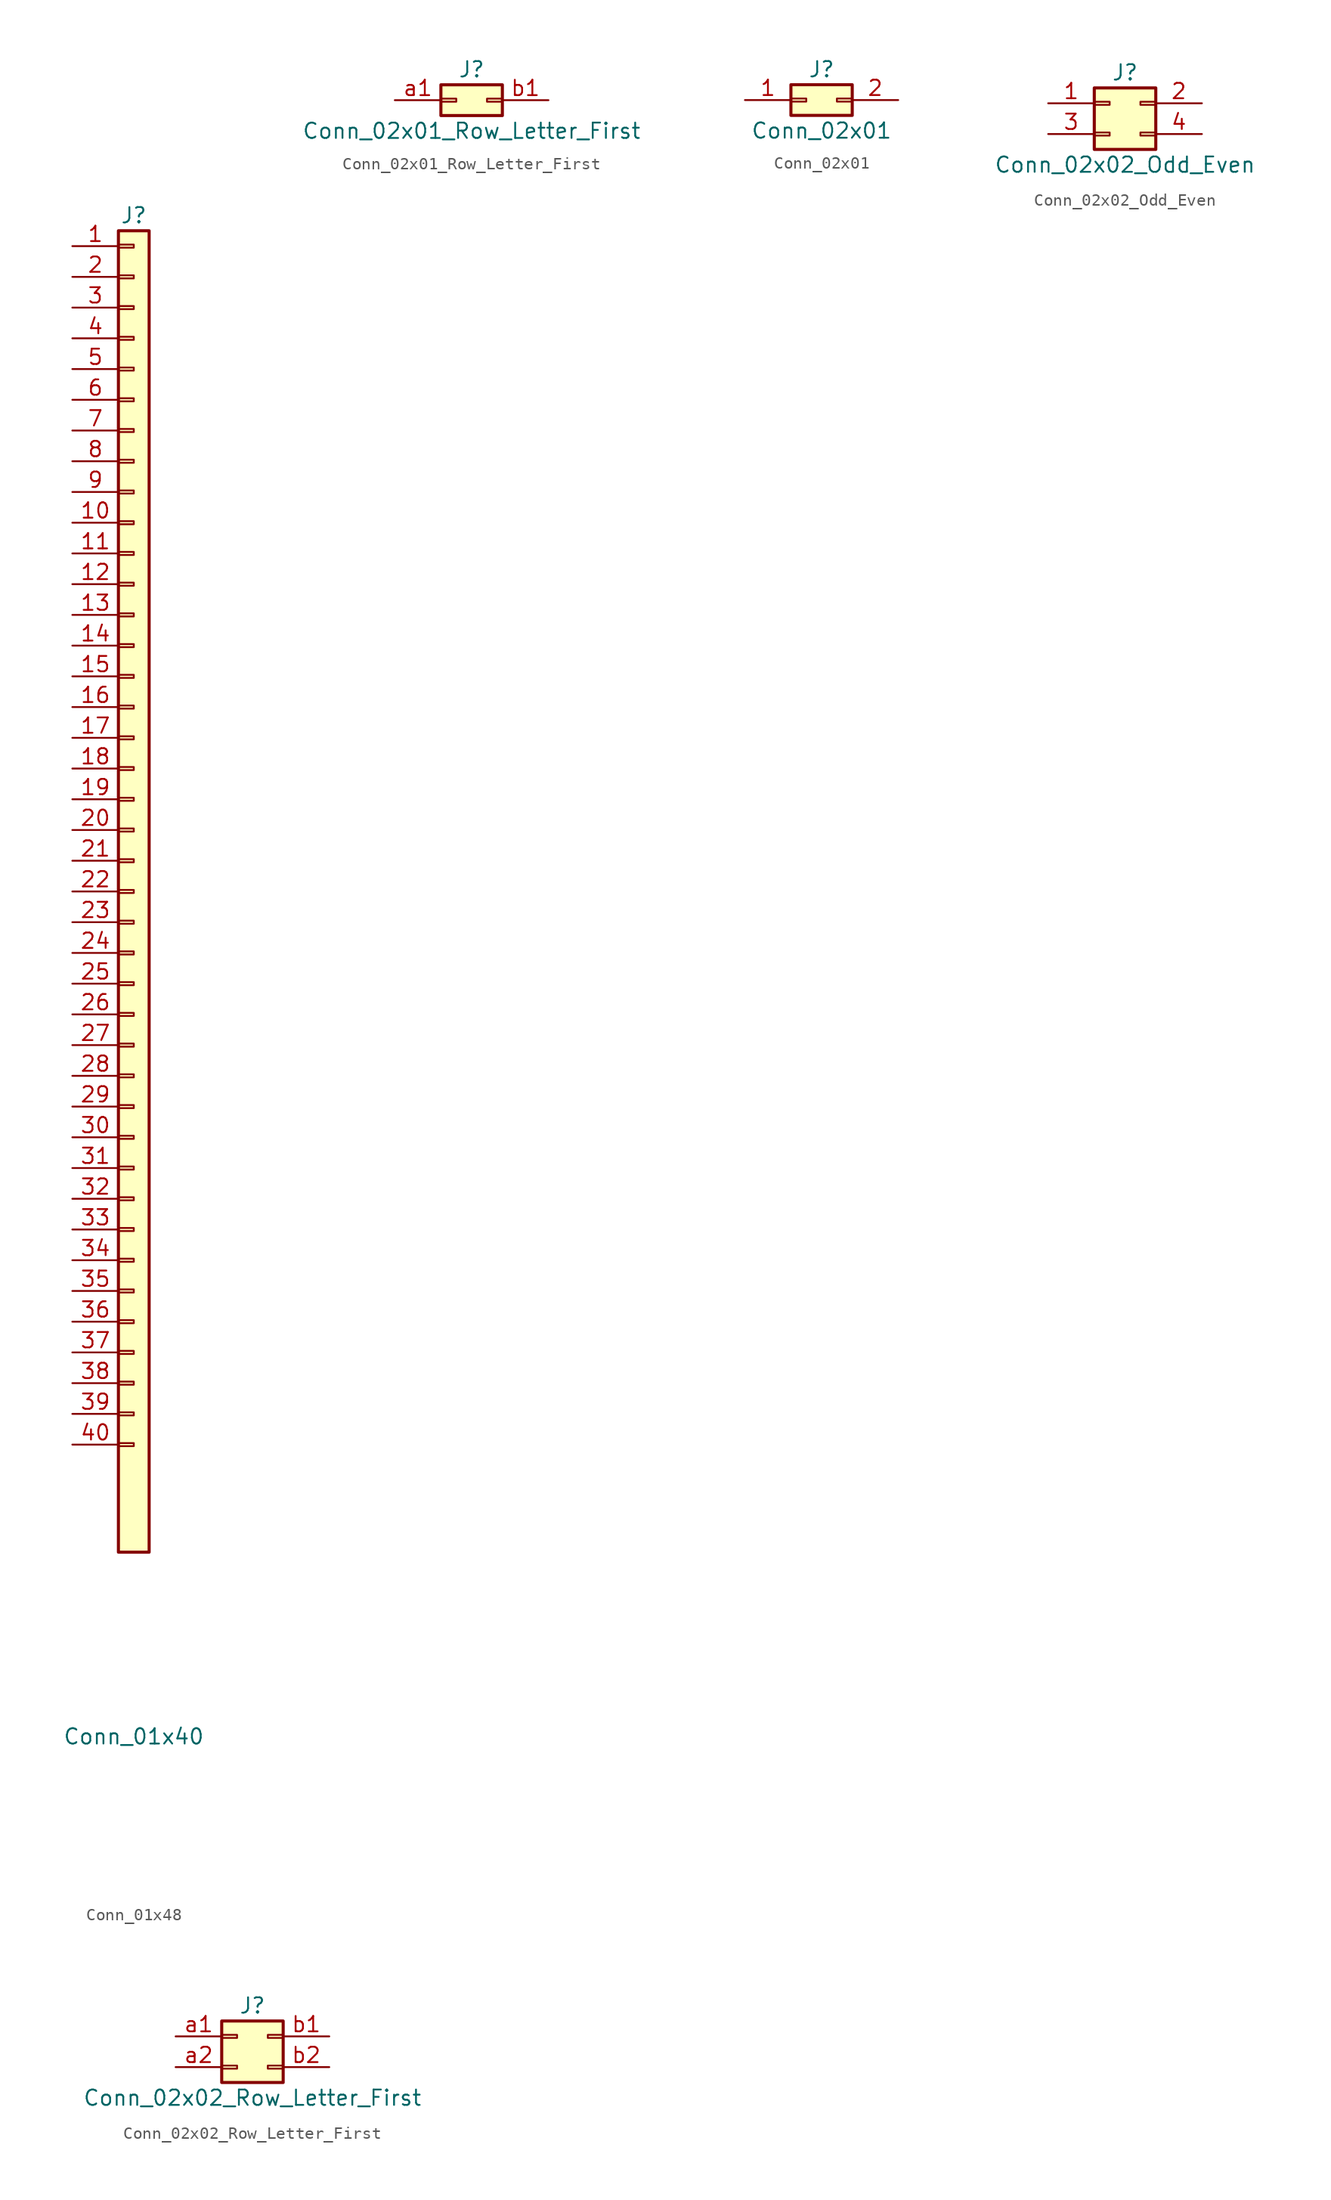
<source format=kicad_sym>
(kicad_symbol_lib
  (version 20220914)
  (generator kicad_symbol_editor)
  (symbol "Conn_01x48"
    (pin_names
      (offset 1.016) hide)
    (property "Reference" "J"
      (at 0 50.8 0)
      (effects (font (size 1.27 1.27))))
    (property "Value" "Conn_01x40"
      (at 0 -74.93 0)
      (effects (font (size 1.27 1.27))))
    (symbol "Conn_01x48_1_1"
      (rectangle (start -1.27 -50.673) (end 0 -50.927) (stroke (width 0.152) (type default)) (fill (type none)))
      (rectangle (start -1.27 -48.133) (end 0 -48.387) (stroke (width 0.152) (type default)) (fill (type none)))
      (rectangle (start -1.27 -45.593) (end 0 -45.847) (stroke (width 0.152) (type default)) (fill (type none)))
      (rectangle (start -1.27 -43.053) (end 0 -43.307) (stroke (width 0.152) (type default)) (fill (type none)))
      (rectangle (start -1.27 -40.513) (end 0 -40.767) (stroke (width 0.152) (type default)) (fill (type none)))
      (rectangle (start -1.27 -37.973) (end 0 -38.227) (stroke (width 0.152) (type default)) (fill (type none)))
      (rectangle (start -1.27 -35.433) (end 0 -35.687) (stroke (width 0.152) (type default)) (fill (type none)))
      (rectangle (start -1.27 -32.893) (end 0 -33.147) (stroke (width 0.152) (type default)) (fill (type none)))
      (rectangle (start -1.27 -30.353) (end 0 -30.607) (stroke (width 0.152) (type default)) (fill (type none)))
      (rectangle (start -1.27 -27.813) (end 0 -28.067) (stroke (width 0.152) (type default)) (fill (type none)))
      (rectangle (start -1.27 -25.273) (end 0 -25.527) (stroke (width 0.152) (type default)) (fill (type none)))
      (rectangle (start -1.27 -22.733) (end 0 -22.987) (stroke (width 0.152) (type default)) (fill (type none)))
      (rectangle (start -1.27 -20.193) (end 0 -20.447) (stroke (width 0.152) (type default)) (fill (type none)))
      (rectangle (start -1.27 -17.653) (end 0 -17.907) (stroke (width 0.152) (type default)) (fill (type none)))
      (rectangle (start -1.27 -15.113) (end 0 -15.367) (stroke (width 0.152) (type default)) (fill (type none)))
      (rectangle (start -1.27 -12.573) (end 0 -12.827) (stroke (width 0.152) (type default)) (fill (type none)))
      (rectangle (start -1.27 -10.033) (end 0 -10.287) (stroke (width 0.152) (type default)) (fill (type none)))
      (rectangle (start -1.27 -7.493) (end 0 -7.747) (stroke (width 0.152) (type default)) (fill (type none)))
      (rectangle (start -1.27 -4.953) (end 0 -5.207) (stroke (width 0.152) (type default)) (fill (type none)))
      (rectangle (start -1.27 -2.413) (end 0 -2.667) (stroke (width 0.152) (type default)) (fill (type none)))
      (rectangle (start -1.27 0.127) (end 0 -0.127) (stroke (width 0.152) (type default)) (fill (type none)))
      (rectangle (start -1.27 2.667) (end 0 2.413) (stroke (width 0.152) (type default)) (fill (type none)))
      (rectangle (start -1.27 5.207) (end 0 4.953) (stroke (width 0.152) (type default)) (fill (type none)))
      (rectangle (start -1.27 7.747) (end 0 7.493) (stroke (width 0.152) (type default)) (fill (type none)))
      (rectangle (start -1.27 10.287) (end 0 10.033) (stroke (width 0.152) (type default)) (fill (type none)))
      (rectangle (start -1.27 12.827) (end 0 12.573) (stroke (width 0.152) (type default)) (fill (type none)))
      (rectangle (start -1.27 15.367) (end 0 15.113) (stroke (width 0.152) (type default)) (fill (type none)))
      (rectangle (start -1.27 17.907) (end 0 17.653) (stroke (width 0.152) (type default)) (fill (type none)))
      (rectangle (start -1.27 20.447) (end 0 20.193) (stroke (width 0.152) (type default)) (fill (type none)))
      (rectangle (start -1.27 22.987) (end 0 22.733) (stroke (width 0.152) (type default)) (fill (type none)))
      (rectangle (start -1.27 25.527) (end 0 25.273) (stroke (width 0.152) (type default)) (fill (type none)))
      (rectangle (start -1.27 28.067) (end 0 27.813) (stroke (width 0.152) (type default)) (fill (type none)))
      (rectangle (start -1.27 30.607) (end 0 30.353) (stroke (width 0.152) (type default)) (fill (type none)))
      (rectangle (start -1.27 33.147) (end 0 32.893) (stroke (width 0.152) (type default)) (fill (type none)))
      (rectangle (start -1.27 35.687) (end 0 35.433) (stroke (width 0.152) (type default)) (fill (type none)))
      (rectangle (start -1.27 38.227) (end 0 37.973) (stroke (width 0.152) (type default)) (fill (type none)))
      (rectangle (start -1.27 40.767) (end 0 40.513) (stroke (width 0.152) (type default)) (fill (type none)))
      (rectangle (start -1.27 43.307) (end 0 43.053) (stroke (width 0.152) (type default)) (fill (type none)))
      (rectangle (start -1.27 45.847) (end 0 45.593) (stroke (width 0.152) (type default)) (fill (type none)))
      (rectangle (start -1.27 48.387) (end 0 48.133) (stroke (width 0.152) (type default)) (fill (type none)))
      (rectangle (start -1.27 49.53) (end 1.27 -59.69) (stroke (width 0.254) (type default)) (fill (type background)))
      (pin passive line (at -5.08 48.26 0) (length 3.81) (name "Pin_1" (effects (font (size 1.27 1.27)))) (number "1" (effects (font (size 1.27 1.27)))))
      (pin passive line (at -5.08 25.4 0) (length 3.81) (name "Pin_10" (effects (font (size 1.27 1.27)))) (number "10" (effects (font (size 1.27 1.27)))))
      (pin passive line (at -5.08 22.86 0) (length 3.81) (name "Pin_11" (effects (font (size 1.27 1.27)))) (number "11" (effects (font (size 1.27 1.27)))))
      (pin passive line (at -5.08 20.32 0) (length 3.81) (name "Pin_12" (effects (font (size 1.27 1.27)))) (number "12" (effects (font (size 1.27 1.27)))))
      (pin passive line (at -5.08 17.78 0) (length 3.81) (name "Pin_13" (effects (font (size 1.27 1.27)))) (number "13" (effects (font (size 1.27 1.27)))))
      (pin passive line (at -5.08 15.24 0) (length 3.81) (name "Pin_14" (effects (font (size 1.27 1.27)))) (number "14" (effects (font (size 1.27 1.27)))))
      (pin passive line (at -5.08 12.7 0) (length 3.81) (name "Pin_15" (effects (font (size 1.27 1.27)))) (number "15" (effects (font (size 1.27 1.27)))))
      (pin passive line (at -5.08 10.16 0) (length 3.81) (name "Pin_16" (effects (font (size 1.27 1.27)))) (number "16" (effects (font (size 1.27 1.27)))))
      (pin passive line (at -5.08 7.62 0) (length 3.81) (name "Pin_17" (effects (font (size 1.27 1.27)))) (number "17" (effects (font (size 1.27 1.27)))))
      (pin passive line (at -5.08 5.08 0) (length 3.81) (name "Pin_18" (effects (font (size 1.27 1.27)))) (number "18" (effects (font (size 1.27 1.27)))))
      (pin passive line (at -5.08 2.54 0) (length 3.81) (name "Pin_19" (effects (font (size 1.27 1.27)))) (number "19" (effects (font (size 1.27 1.27)))))
      (pin passive line (at -5.08 45.72 0) (length 3.81) (name "Pin_2" (effects (font (size 1.27 1.27)))) (number "2" (effects (font (size 1.27 1.27)))))
      (pin passive line (at -5.08 0 0) (length 3.81) (name "Pin_20" (effects (font (size 1.27 1.27)))) (number "20" (effects (font (size 1.27 1.27)))))
      (pin passive line (at -5.08 -2.54 0) (length 3.81) (name "Pin_21" (effects (font (size 1.27 1.27)))) (number "21" (effects (font (size 1.27 1.27)))))
      (pin passive line (at -5.08 -5.08 0) (length 3.81) (name "Pin_22" (effects (font (size 1.27 1.27)))) (number "22" (effects (font (size 1.27 1.27)))))
      (pin passive line (at -5.08 -7.62 0) (length 3.81) (name "Pin_23" (effects (font (size 1.27 1.27)))) (number "23" (effects (font (size 1.27 1.27)))))
      (pin passive line (at -5.08 -10.16 0) (length 3.81) (name "Pin_24" (effects (font (size 1.27 1.27)))) (number "24" (effects (font (size 1.27 1.27)))))
      (pin passive line (at -5.08 -12.7 0) (length 3.81) (name "Pin_25" (effects (font (size 1.27 1.27)))) (number "25" (effects (font (size 1.27 1.27)))))
      (pin passive line (at -5.08 -15.24 0) (length 3.81) (name "Pin_26" (effects (font (size 1.27 1.27)))) (number "26" (effects (font (size 1.27 1.27)))))
      (pin passive line (at -5.08 -17.78 0) (length 3.81) (name "Pin_27" (effects (font (size 1.27 1.27)))) (number "27" (effects (font (size 1.27 1.27)))))
      (pin passive line (at -5.08 -20.32 0) (length 3.81) (name "Pin_28" (effects (font (size 1.27 1.27)))) (number "28" (effects (font (size 1.27 1.27)))))
      (pin passive line (at -5.08 -22.86 0) (length 3.81) (name "Pin_29" (effects (font (size 1.27 1.27)))) (number "29" (effects (font (size 1.27 1.27)))))
      (pin passive line (at -5.08 43.18 0) (length 3.81) (name "Pin_3" (effects (font (size 1.27 1.27)))) (number "3" (effects (font (size 1.27 1.27)))))
      (pin passive line (at -5.08 -25.4 0) (length 3.81) (name "Pin_30" (effects (font (size 1.27 1.27)))) (number "30" (effects (font (size 1.27 1.27)))))
      (pin passive line (at -5.08 -27.94 0) (length 3.81) (name "Pin_31" (effects (font (size 1.27 1.27)))) (number "31" (effects (font (size 1.27 1.27)))))
      (pin passive line (at -5.08 -30.48 0) (length 3.81) (name "Pin_32" (effects (font (size 1.27 1.27)))) (number "32" (effects (font (size 1.27 1.27)))))
      (pin passive line (at -5.08 -33.02 0) (length 3.81) (name "Pin_33" (effects (font (size 1.27 1.27)))) (number "33" (effects (font (size 1.27 1.27)))))
      (pin passive line (at -5.08 -35.56 0) (length 3.81) (name "Pin_34" (effects (font (size 1.27 1.27)))) (number "34" (effects (font (size 1.27 1.27)))))
      (pin passive line (at -5.08 -38.1 0) (length 3.81) (name "Pin_35" (effects (font (size 1.27 1.27)))) (number "35" (effects (font (size 1.27 1.27)))))
      (pin passive line (at -5.08 -40.64 0) (length 3.81) (name "Pin_36" (effects (font (size 1.27 1.27)))) (number "36" (effects (font (size 1.27 1.27)))))
      (pin passive line (at -5.08 -43.18 0) (length 3.81) (name "Pin_37" (effects (font (size 1.27 1.27)))) (number "37" (effects (font (size 1.27 1.27)))))
      (pin passive line (at -5.08 -45.72 0) (length 3.81) (name "Pin_38" (effects (font (size 1.27 1.27)))) (number "38" (effects (font (size 1.27 1.27)))))
      (pin passive line (at -5.08 -48.26 0) (length 3.81) (name "Pin_39" (effects (font (size 1.27 1.27)))) (number "39" (effects (font (size 1.27 1.27)))))
      (pin passive line (at -5.08 40.64 0) (length 3.81) (name "Pin_4" (effects (font (size 1.27 1.27)))) (number "4" (effects (font (size 1.27 1.27)))))
      (pin passive line (at -5.08 -50.8 0) (length 3.81) (name "Pin_40" (effects (font (size 1.27 1.27)))) (number "40" (effects (font (size 1.27 1.27)))))
      (pin passive line (at -5.08 38.1 0) (length 3.81) (name "Pin_5" (effects (font (size 1.27 1.27)))) (number "5" (effects (font (size 1.27 1.27)))))
      (pin passive line (at -5.08 35.56 0) (length 3.81) (name "Pin_6" (effects (font (size 1.27 1.27)))) (number "6" (effects (font (size 1.27 1.27)))))
      (pin passive line (at -5.08 33.02 0) (length 3.81) (name "Pin_7" (effects (font (size 1.27 1.27)))) (number "7" (effects (font (size 1.27 1.27)))))
      (pin passive line (at -5.08 30.48 0) (length 3.81) (name "Pin_8" (effects (font (size 1.27 1.27)))) (number "8" (effects (font (size 1.27 1.27)))))
      (pin passive line (at -5.08 27.94 0) (length 3.81) (name "Pin_9" (effects (font (size 1.27 1.27)))) (number "9" (effects (font (size 1.27 1.27)))))))
  (symbol "Conn_02x01_Row_Letter_First"
    (pin_names
      (offset 1.016) hide)
    (property "Reference" "J"
      (at 1.27 2.54 0)
      (effects (font (size 1.27 1.27))))
    (property "Value" "Conn_02x01_Row_Letter_First"
      (at 1.27 -2.54 0)
      (effects (font (size 1.27 1.27))))
    (symbol "Conn_02x01_Row_Letter_First_1_1"
      (rectangle (start -1.27 0.127) (end 0 -0.127) (stroke (width 0.152) (type default)) (fill (type none)))
      (rectangle (start -1.27 1.27) (end 3.81 -1.27) (stroke (width 0.254) (type default)) (fill (type background)))
      (rectangle (start 3.81 0.127) (end 2.54 -0.127) (stroke (width 0.152) (type default)) (fill (type none)))
      (pin passive line (at -5.08 0 0) (length 3.81) (name "Pin_a1" (effects (font (size 1.27 1.27)))) (number "a1" (effects (font (size 1.27 1.27)))))
      (pin passive line (at 7.62 0 180) (length 3.81) (name "Pin_b1" (effects (font (size 1.27 1.27)))) (number "b1" (effects (font (size 1.27 1.27)))))))
  (symbol "Conn_02x01"
    (pin_names
      (offset 1.016) hide)
    (property "Reference" "J"
      (at 1.27 2.54 0)
      (effects (font (size 1.27 1.27))))
    (property "Value" "Conn_02x01"
      (at 1.27 -2.54 0)
      (effects (font (size 1.27 1.27))))
    (symbol "Conn_02x01_1_1"
      (rectangle (start -1.27 0.127) (end 0 -0.127) (stroke (width 0.152) (type default)) (fill (type none)))
      (rectangle (start -1.27 1.27) (end 3.81 -1.27) (stroke (width 0.254) (type default)) (fill (type background)))
      (rectangle (start 3.81 0.127) (end 2.54 -0.127) (stroke (width 0.152) (type default)) (fill (type none)))
      (pin passive line (at -5.08 0 0) (length 3.81) (name "Pin_1" (effects (font (size 1.27 1.27)))) (number "1" (effects (font (size 1.27 1.27)))))
      (pin passive line (at 7.62 0 180) (length 3.81) (name "Pin_2" (effects (font (size 1.27 1.27)))) (number "2" (effects (font (size 1.27 1.27)))))))
  (symbol "Conn_02x02_Odd_Even"
    (pin_names
      (offset 1.016) hide)
    (property "Reference" "J"
      (at 1.27 2.54 0)
      (effects (font (size 1.27 1.27))))
    (property "Value" "Conn_02x02_Odd_Even"
      (at 1.27 -5.08 0)
      (effects (font (size 1.27 1.27))))
    (symbol "Conn_02x02_Odd_Even_1_1"
      (rectangle (start -1.27 -2.413) (end 0 -2.667) (stroke (width 0.152) (type default)) (fill (type none)))
      (rectangle (start -1.27 0.127) (end 0 -0.127) (stroke (width 0.152) (type default)) (fill (type none)))
      (rectangle (start -1.27 1.27) (end 3.81 -3.81) (stroke (width 0.254) (type default)) (fill (type background)))
      (rectangle (start 3.81 -2.413) (end 2.54 -2.667) (stroke (width 0.152) (type default)) (fill (type none)))
      (rectangle (start 3.81 0.127) (end 2.54 -0.127) (stroke (width 0.152) (type default)) (fill (type none)))
      (pin passive line (at -5.08 0 0) (length 3.81) (name "Pin_1" (effects (font (size 1.27 1.27)))) (number "1" (effects (font (size 1.27 1.27)))))
      (pin passive line (at 7.62 0 180) (length 3.81) (name "Pin_2" (effects (font (size 1.27 1.27)))) (number "2" (effects (font (size 1.27 1.27)))))
      (pin passive line (at -5.08 -2.54 0) (length 3.81) (name "Pin_3" (effects (font (size 1.27 1.27)))) (number "3" (effects (font (size 1.27 1.27)))))
      (pin passive line (at 7.62 -2.54 180) (length 3.81) (name "Pin_4" (effects (font (size 1.27 1.27)))) (number "4" (effects (font (size 1.27 1.27)))))))
  (symbol "Conn_02x02_Row_Letter_First"
    (pin_names
      (offset 1.016) hide)
    (property "Reference" "J"
      (at 1.27 2.54 0)
      (effects (font (size 1.27 1.27))))
    (property "Value" "Conn_02x02_Row_Letter_First"
      (at 1.27 -5.08 0)
      (effects (font (size 1.27 1.27))))
    (symbol "Conn_02x02_Row_Letter_First_1_1"
      (rectangle (start -1.27 -2.413) (end 0 -2.667) (stroke (width 0.152) (type default)) (fill (type none)))
      (rectangle (start -1.27 0.127) (end 0 -0.127) (stroke (width 0.152) (type default)) (fill (type none)))
      (rectangle (start -1.27 1.27) (end 3.81 -3.81) (stroke (width 0.254) (type default)) (fill (type background)))
      (rectangle (start 3.81 -2.413) (end 2.54 -2.667) (stroke (width 0.152) (type default)) (fill (type none)))
      (rectangle (start 3.81 0.127) (end 2.54 -0.127) (stroke (width 0.152) (type default)) (fill (type none)))
      (pin passive line (at -5.08 0 0) (length 3.81) (name "Pin_a1" (effects (font (size 1.27 1.27)))) (number "a1" (effects (font (size 1.27 1.27)))))
      (pin passive line (at -5.08 -2.54 0) (length 3.81) (name "Pin_a2" (effects (font (size 1.27 1.27)))) (number "a2" (effects (font (size 1.27 1.27)))))
      (pin passive line (at 7.62 0 180) (length 3.81) (name "Pin_b1" (effects (font (size 1.27 1.27)))) (number "b1" (effects (font (size 1.27 1.27)))))
      (pin passive line (at 7.62 -2.54 180) (length 3.81) (name "Pin_b2" (effects (font (size 1.27 1.27)))) (number "b2" (effects (font (size 1.27 1.27))))))))
</source>
